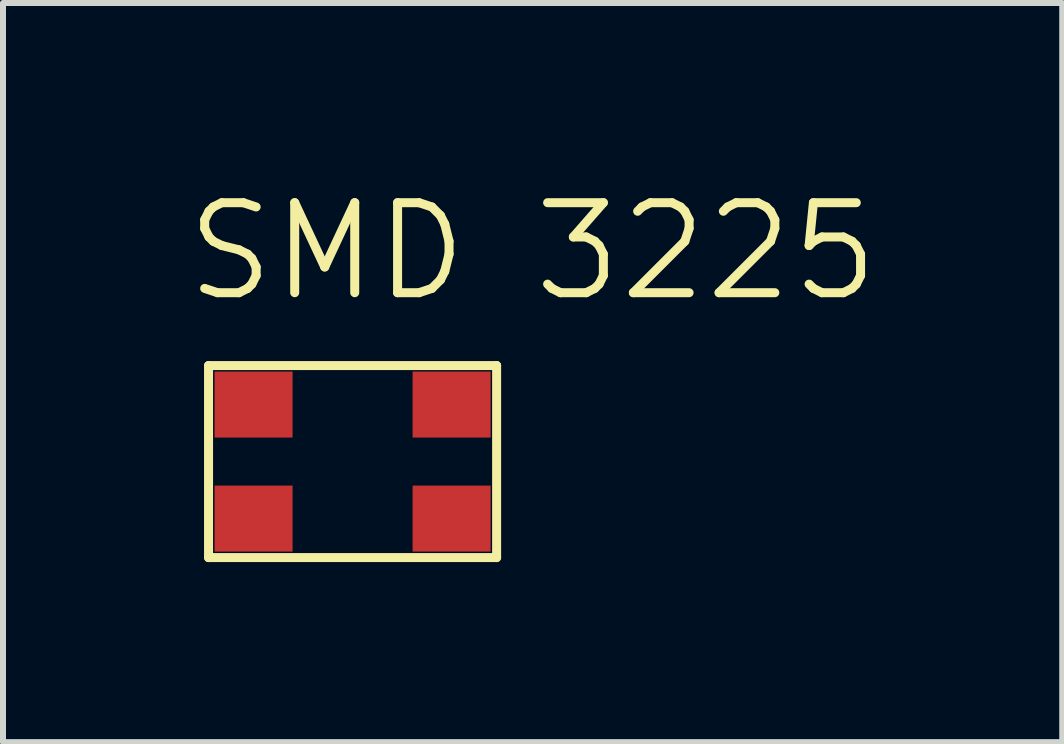
<source format=kicad_pcb>
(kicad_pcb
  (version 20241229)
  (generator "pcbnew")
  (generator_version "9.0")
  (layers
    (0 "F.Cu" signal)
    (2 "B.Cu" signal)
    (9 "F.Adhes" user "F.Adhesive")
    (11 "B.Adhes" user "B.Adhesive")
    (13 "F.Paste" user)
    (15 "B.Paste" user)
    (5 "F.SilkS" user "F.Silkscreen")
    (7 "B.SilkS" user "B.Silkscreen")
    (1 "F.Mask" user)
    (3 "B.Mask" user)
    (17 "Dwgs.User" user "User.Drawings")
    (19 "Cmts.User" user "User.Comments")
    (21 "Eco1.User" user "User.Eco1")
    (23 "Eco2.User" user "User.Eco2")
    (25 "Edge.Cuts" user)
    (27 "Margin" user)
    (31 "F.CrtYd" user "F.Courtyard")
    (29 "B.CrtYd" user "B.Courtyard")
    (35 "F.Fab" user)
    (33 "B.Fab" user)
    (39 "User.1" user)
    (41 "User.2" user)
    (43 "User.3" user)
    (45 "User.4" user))
  (footprint "SMD 3225"
    (layer "F.Cu")
    (at 2.825 4.641)
    (property "Reference" "SMD 3225" (at 3 -3.5 0) (layer "F.SilkS") (effects (font (size 1.5 1.5) (thickness 0.15))))
    (attr through_hole)
    (fp_line (start -2.4 1.6) (end -2.4 -1.6) (stroke (width 0.15) (type solid)) (layer "F.SilkS"))
    (fp_line (start -2.4 1.6) (end 2.4 1.6) (stroke (width 0.15) (type solid)) (layer "F.SilkS"))
    (fp_line (start 2.4 -1.6) (end -2.4 -1.6) (stroke (width 0.15) (type solid)) (layer "F.SilkS"))
    (fp_line (start 2.4 1.6) (end 2.4 -1.6) (stroke (width 0.15) (type solid)) (layer "F.SilkS"))
    (pad "1" smd rect (at -1.65 -0.95) (size 1.3 1.1) (layers "F.Cu" "F.Mask" "F.Paste"))
    (pad "2" smd rect (at 1.65 -0.95) (size 1.3 1.1) (layers "F.Cu" "F.Mask" "F.Paste"))
    (pad "3" smd rect (at 1.65 0.95) (size 1.3 1.1) (layers "F.Cu" "F.Mask" "F.Paste"))
    (pad "4" smd rect (at -1.65 0.95) (size 1.3 1.1) (layers "F.Cu" "F.Mask" "F.Paste")))
  (gr_rect
    (start -3 -3)
    (end 14.65 9.316)
    (stroke (width 0.1) (type default))
    (fill no)
    (layer "Edge.Cuts")))
</source>
